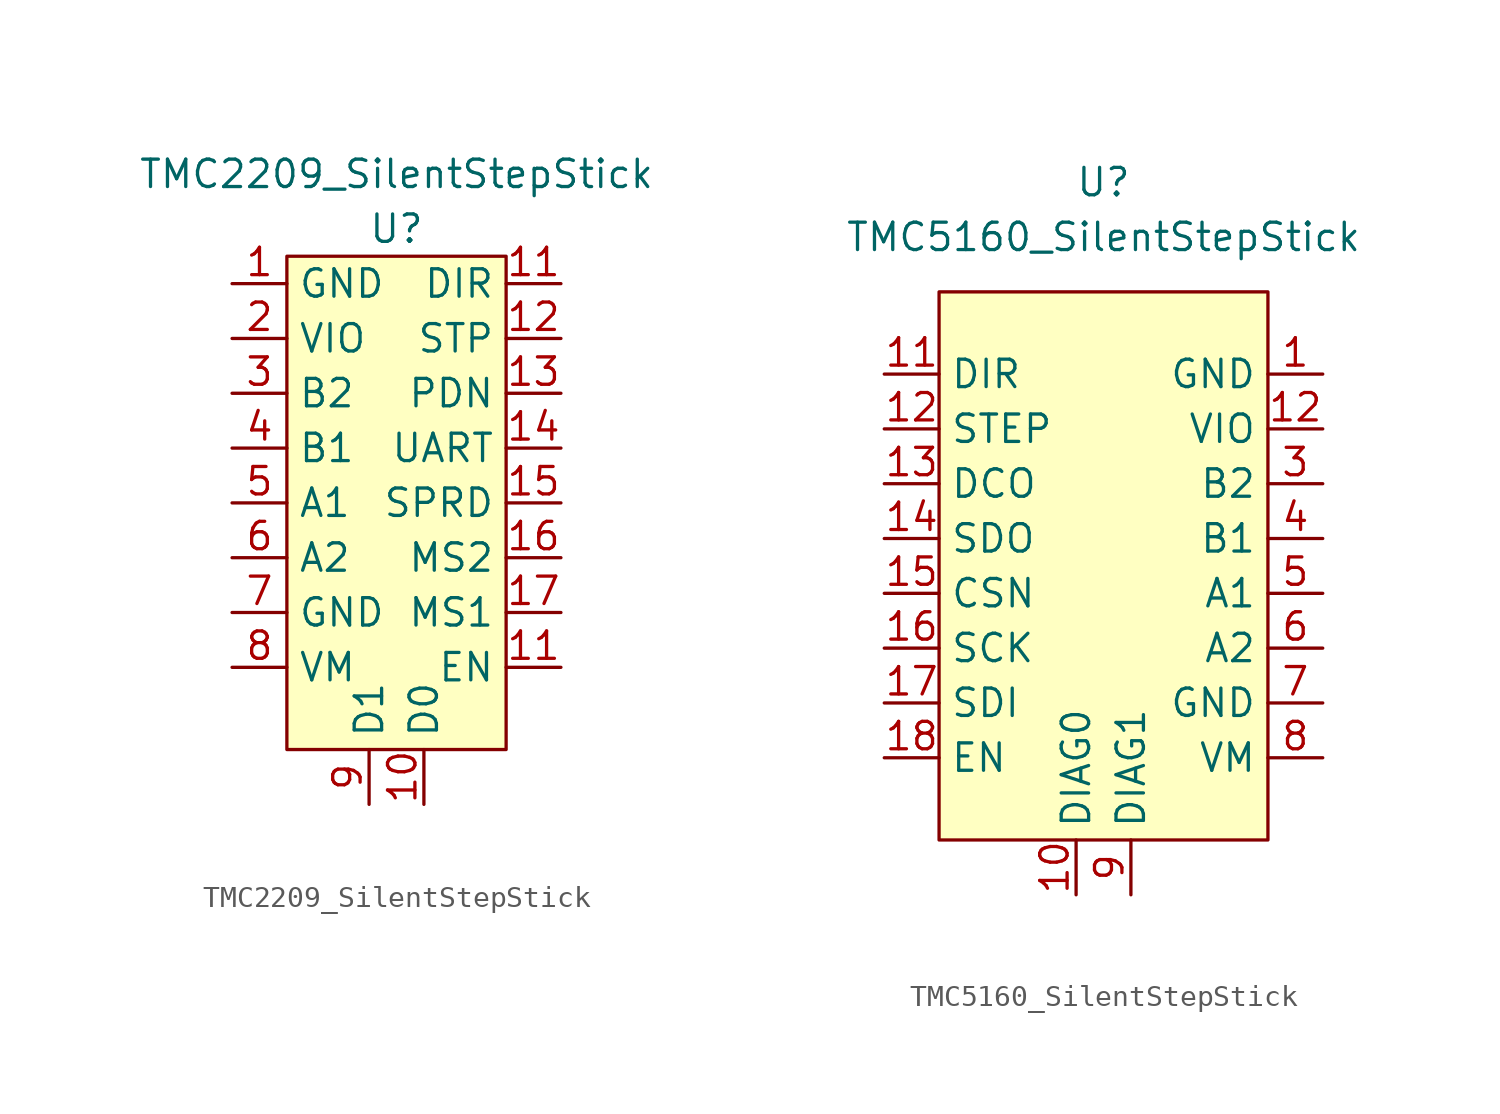
<source format=kicad_sym>
(kicad_symbol_lib
  (version 20211014)
  (generator kicad_symbol_editor)
  (symbol "TMC2209_SilentStepStick"
    (property "Reference" "U"
      (at 0 0 0)
      (effects (font (size 1.27 1.27))))
    (property "Value" "TMC2209_SilentStepStick"
      (at 0 2.54 0)
      (effects (font (size 1.27 1.27))))
    (symbol "TMC2209_SilentStepStick_0_1"
      (rectangle (start -5.08 -1.27) (end 5.08 -24.13) (stroke (width 0) (type default) (color 0 0 0 0)) (fill (type background))))
    (symbol "TMC2209_SilentStepStick_1_1"
      (pin input line (at -7.62 -2.54 0) (length 2.54) (name "GND" (effects (font (size 1.27 1.27)))) (number "1" (effects (font (size 1.27 1.27)))))
      (pin input line (at 1.27 -26.67 90) (length 2.54) (name "D0" (effects (font (size 1.27 1.27)))) (number "10" (effects (font (size 1.27 1.27)))))
      (pin input line (at 7.62 -2.54 180) (length 2.54) (name "DIR" (effects (font (size 1.27 1.27)))) (number "11" (effects (font (size 1.27 1.27)))))
      (pin input line (at 7.62 -20.32 180) (length 2.54) (name "EN" (effects (font (size 1.27 1.27)))) (number "11" (effects (font (size 1.27 1.27)))))
      (pin input line (at 7.62 -5.08 180) (length 2.54) (name "STP" (effects (font (size 1.27 1.27)))) (number "12" (effects (font (size 1.27 1.27)))))
      (pin input line (at 7.62 -7.62 180) (length 2.54) (name "PDN" (effects (font (size 1.27 1.27)))) (number "13" (effects (font (size 1.27 1.27)))))
      (pin input line (at 7.62 -10.16 180) (length 2.54) (name "UART" (effects (font (size 1.27 1.27)))) (number "14" (effects (font (size 1.27 1.27)))))
      (pin input line (at 7.62 -12.7 180) (length 2.54) (name "SPRD" (effects (font (size 1.27 1.27)))) (number "15" (effects (font (size 1.27 1.27)))))
      (pin input line (at 7.62 -15.24 180) (length 2.54) (name "MS2" (effects (font (size 1.27 1.27)))) (number "16" (effects (font (size 1.27 1.27)))))
      (pin input line (at 7.62 -17.78 180) (length 2.54) (name "MS1" (effects (font (size 1.27 1.27)))) (number "17" (effects (font (size 1.27 1.27)))))
      (pin input line (at -7.62 -5.08 0) (length 2.54) (name "VIO" (effects (font (size 1.27 1.27)))) (number "2" (effects (font (size 1.27 1.27)))))
      (pin input line (at -7.62 -7.62 0) (length 2.54) (name "B2" (effects (font (size 1.27 1.27)))) (number "3" (effects (font (size 1.27 1.27)))))
      (pin input line (at -7.62 -10.16 0) (length 2.54) (name "B1" (effects (font (size 1.27 1.27)))) (number "4" (effects (font (size 1.27 1.27)))))
      (pin input line (at -7.62 -12.7 0) (length 2.54) (name "A1" (effects (font (size 1.27 1.27)))) (number "5" (effects (font (size 1.27 1.27)))))
      (pin input line (at -7.62 -15.24 0) (length 2.54) (name "A2" (effects (font (size 1.27 1.27)))) (number "6" (effects (font (size 1.27 1.27)))))
      (pin input line (at -7.62 -17.78 0) (length 2.54) (name "GND" (effects (font (size 1.27 1.27)))) (number "7" (effects (font (size 1.27 1.27)))))
      (pin input line (at -7.62 -20.32 0) (length 2.54) (name "VM" (effects (font (size 1.27 1.27)))) (number "8" (effects (font (size 1.27 1.27)))))
      (pin input line (at -1.27 -26.67 90) (length 2.54) (name "D1" (effects (font (size 1.27 1.27)))) (number "9" (effects (font (size 1.27 1.27)))))))
  (symbol "TMC5160_SilentStepStick"
    (property "Reference" "U"
      (at 0 0 0)
      (effects (font (size 1.27 1.27))))
    (property "Value" "TMC5160_SilentStepStick"
      (at 0 -2.54 0)
      (effects (font (size 1.27 1.27))))
    (symbol "TMC5160_SilentStepStick_0_1"
      (rectangle (start -7.62 -5.08) (end 7.62 -30.48) (stroke (width 0) (type default) (color 0 0 0 0)) (fill (type background))))
    (symbol "TMC5160_SilentStepStick_1_1"
      (pin passive line (at 10.16 -8.89 180) (length 2.54) (name "GND" (effects (font (size 1.27 1.27)))) (number "1" (effects (font (size 1.27 1.27)))))
      (pin input line (at -1.27 -33.02 90) (length 2.54) (name "DIAG0" (effects (font (size 1.27 1.27)))) (number "10" (effects (font (size 1.27 1.27)))))
      (pin input line (at -10.16 -8.89 0) (length 2.54) (name "DIR" (effects (font (size 1.27 1.27)))) (number "11" (effects (font (size 1.27 1.27)))))
      (pin input line (at -10.16 -11.43 0) (length 2.54) (name "STEP" (effects (font (size 1.27 1.27)))) (number "12" (effects (font (size 1.27 1.27)))))
      (pin power_in line (at 10.16 -11.43 180) (length 2.54) (name "VIO" (effects (font (size 1.27 1.27)))) (number "12" (effects (font (size 1.27 1.27)))))
      (pin input line (at -10.16 -13.97 0) (length 2.54) (name "DCO" (effects (font (size 1.27 1.27)))) (number "13" (effects (font (size 1.27 1.27)))))
      (pin input line (at -10.16 -16.51 0) (length 2.54) (name "SDO" (effects (font (size 1.27 1.27)))) (number "14" (effects (font (size 1.27 1.27)))))
      (pin input line (at -10.16 -19.05 0) (length 2.54) (name "CSN" (effects (font (size 1.27 1.27)))) (number "15" (effects (font (size 1.27 1.27)))))
      (pin input line (at -10.16 -21.59 0) (length 2.54) (name "SCK" (effects (font (size 1.27 1.27)))) (number "16" (effects (font (size 1.27 1.27)))))
      (pin input line (at -10.16 -24.13 0) (length 2.54) (name "SDI" (effects (font (size 1.27 1.27)))) (number "17" (effects (font (size 1.27 1.27)))))
      (pin input line (at -10.16 -26.67 0) (length 2.54) (name "EN" (effects (font (size 1.27 1.27)))) (number "18" (effects (font (size 1.27 1.27)))))
      (pin power_out line (at 10.16 -13.97 180) (length 2.54) (name "B2" (effects (font (size 1.27 1.27)))) (number "3" (effects (font (size 1.27 1.27)))))
      (pin power_out line (at 10.16 -16.51 180) (length 2.54) (name "B1" (effects (font (size 1.27 1.27)))) (number "4" (effects (font (size 1.27 1.27)))))
      (pin power_out line (at 10.16 -19.05 180) (length 2.54) (name "A1" (effects (font (size 1.27 1.27)))) (number "5" (effects (font (size 1.27 1.27)))))
      (pin power_out line (at 10.16 -21.59 180) (length 2.54) (name "A2" (effects (font (size 1.27 1.27)))) (number "6" (effects (font (size 1.27 1.27)))))
      (pin passive line (at 10.16 -24.13 180) (length 2.54) (name "GND" (effects (font (size 1.27 1.27)))) (number "7" (effects (font (size 1.27 1.27)))))
      (pin power_in line (at 10.16 -26.67 180) (length 2.54) (name "VM" (effects (font (size 1.27 1.27)))) (number "8" (effects (font (size 1.27 1.27)))))
      (pin input line (at 1.27 -33.02 90) (length 2.54) (name "DIAG1" (effects (font (size 1.27 1.27)))) (number "9" (effects (font (size 1.27 1.27))))))))
</source>
